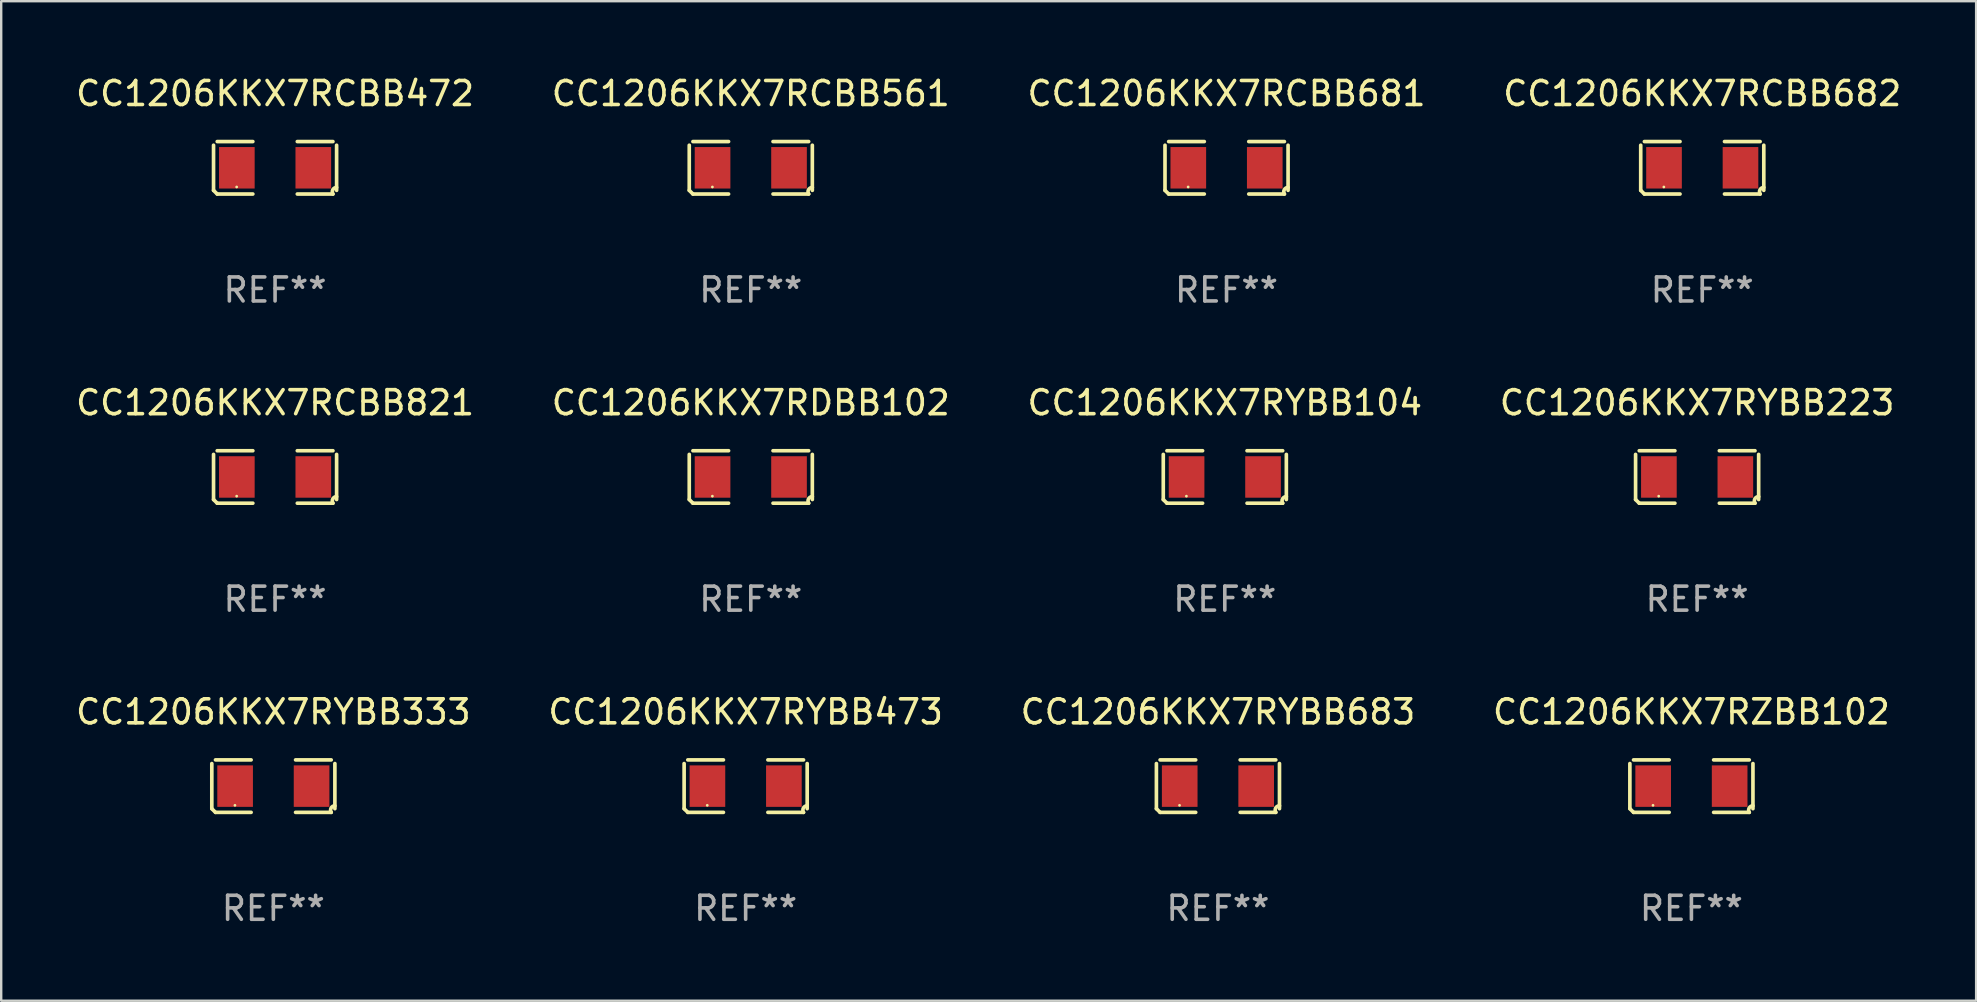
<source format=kicad_pcb>
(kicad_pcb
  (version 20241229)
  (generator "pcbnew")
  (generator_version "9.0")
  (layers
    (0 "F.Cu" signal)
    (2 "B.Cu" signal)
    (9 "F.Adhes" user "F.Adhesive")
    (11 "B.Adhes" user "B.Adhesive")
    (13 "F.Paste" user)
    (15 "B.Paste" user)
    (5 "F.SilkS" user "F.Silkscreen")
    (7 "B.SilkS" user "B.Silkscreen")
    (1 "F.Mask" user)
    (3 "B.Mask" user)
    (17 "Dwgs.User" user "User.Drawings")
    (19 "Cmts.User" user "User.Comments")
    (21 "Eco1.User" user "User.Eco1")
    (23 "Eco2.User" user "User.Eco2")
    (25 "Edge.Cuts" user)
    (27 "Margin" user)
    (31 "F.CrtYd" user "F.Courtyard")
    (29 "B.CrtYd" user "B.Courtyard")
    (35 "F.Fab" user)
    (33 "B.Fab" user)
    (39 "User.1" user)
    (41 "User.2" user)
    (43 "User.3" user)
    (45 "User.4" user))
  (footprint "CC1206KKX7RYBB683"
    (layer "F.Cu")
    (at 47.696 29.704)
    (property "Reference" "CC1206KKX7RYBB683" (at 0 -3.093 0) (layer "F.SilkS") (effects (font (size 1 1) (thickness 0.15))))
    (attr through_hole)
    (fp_line (start -2.564 0.94) (end -2.564 -0.94) (stroke (width 0.152) (type solid)) (layer "F.SilkS"))
    (fp_line (start -2.411 -1.093) (end -0.926 -1.093) (stroke (width 0.152) (type solid)) (layer "F.SilkS"))
    (fp_line (start -0.926 1.093) (end -2.411 1.093) (stroke (width 0.152) (type solid)) (layer "F.SilkS"))
    (fp_line (start 0.926 1.093) (end 2.411 1.093) (stroke (width 0.152) (type solid)) (layer "F.SilkS"))
    (fp_line (start 2.411 -1.093) (end 0.926 -1.093) (stroke (width 0.152) (type solid)) (layer "F.SilkS"))
    (fp_line (start 2.564 0.94) (end 2.564 -0.94) (stroke (width 0.152) (type solid)) (layer "F.SilkS"))
    (fp_arc (start -2.411201 1.092609) (mid -2.487413 1.01642) (end -2.563602 0.940208) (stroke (width 0.1524) (type solid)) (layer "F.SilkS"))
    (fp_arc (start 2.411201 1.092609) (mid 2.407159 0.911226) (end 2.563602 0.819347) (stroke (width 0.1524) (type solid)) (layer "F.SilkS"))
    (fp_circle (center -1.6 0.8) (end -1.57 0.8) (stroke (width 0.06) (type solid)) (fill no) (layer "F.SilkS"))
    (fp_text user "REF**" (at 0 5.093 0) (layer "F.Fab") (effects (font (size 1 1) (thickness 0.15))))
    (pad "1" smd rect (at -1.593 0) (size 1.485 1.728) (layers "F.Cu" "F.Mask" "F.Paste"))
    (pad "2" smd rect (at 1.593 0) (size 1.485 1.728) (layers "F.Cu" "F.Mask" "F.Paste")))
  (footprint "CC1206KKX7RYBB333"
    (layer "F.Cu")
    (at 8.339 29.704)
    (property "Reference" "CC1206KKX7RYBB333" (at 0 -3.093 0) (layer "F.SilkS") (effects (font (size 1 1) (thickness 0.15))))
    (attr through_hole)
    (fp_line (start -2.564 0.94) (end -2.564 -0.94) (stroke (width 0.152) (type solid)) (layer "F.SilkS"))
    (fp_line (start -2.411 -1.093) (end -0.926 -1.093) (stroke (width 0.152) (type solid)) (layer "F.SilkS"))
    (fp_line (start -0.926 1.093) (end -2.411 1.093) (stroke (width 0.152) (type solid)) (layer "F.SilkS"))
    (fp_line (start 0.926 1.093) (end 2.411 1.093) (stroke (width 0.152) (type solid)) (layer "F.SilkS"))
    (fp_line (start 2.411 -1.093) (end 0.926 -1.093) (stroke (width 0.152) (type solid)) (layer "F.SilkS"))
    (fp_line (start 2.564 0.94) (end 2.564 -0.94) (stroke (width 0.152) (type solid)) (layer "F.SilkS"))
    (fp_arc (start -2.411201 1.092609) (mid -2.487413 1.01642) (end -2.563602 0.940208) (stroke (width 0.1524) (type solid)) (layer "F.SilkS"))
    (fp_arc (start 2.411201 1.092609) (mid 2.407159 0.911226) (end 2.563602 0.819347) (stroke (width 0.1524) (type solid)) (layer "F.SilkS"))
    (fp_circle (center -1.6 0.8) (end -1.57 0.8) (stroke (width 0.06) (type solid)) (fill no) (layer "F.SilkS"))
    (fp_text user "REF**" (at 0 5.093 0) (layer "F.Fab") (effects (font (size 1 1) (thickness 0.15))))
    (pad "1" smd rect (at -1.593 0) (size 1.485 1.728) (layers "F.Cu" "F.Mask" "F.Paste"))
    (pad "2" smd rect (at 1.593 0) (size 1.485 1.728) (layers "F.Cu" "F.Mask" "F.Paste")))
  (footprint "CC1206KKX7RYBB223"
    (layer "F.Cu")
    (at 67.661 16.823)
    (property "Reference" "CC1206KKX7RYBB223" (at 0 -3.093 0) (layer "F.SilkS") (effects (font (size 1 1) (thickness 0.15))))
    (attr through_hole)
    (fp_line (start -2.564 0.94) (end -2.564 -0.94) (stroke (width 0.152) (type solid)) (layer "F.SilkS"))
    (fp_line (start -2.411 -1.093) (end -0.926 -1.093) (stroke (width 0.152) (type solid)) (layer "F.SilkS"))
    (fp_line (start -0.926 1.093) (end -2.411 1.093) (stroke (width 0.152) (type solid)) (layer "F.SilkS"))
    (fp_line (start 0.926 1.093) (end 2.411 1.093) (stroke (width 0.152) (type solid)) (layer "F.SilkS"))
    (fp_line (start 2.411 -1.093) (end 0.926 -1.093) (stroke (width 0.152) (type solid)) (layer "F.SilkS"))
    (fp_line (start 2.564 0.94) (end 2.564 -0.94) (stroke (width 0.152) (type solid)) (layer "F.SilkS"))
    (fp_arc (start -2.411201 1.092609) (mid -2.487413 1.01642) (end -2.563602 0.940208) (stroke (width 0.1524) (type solid)) (layer "F.SilkS"))
    (fp_arc (start 2.411201 1.092609) (mid 2.407159 0.911226) (end 2.563602 0.819347) (stroke (width 0.1524) (type solid)) (layer "F.SilkS"))
    (fp_circle (center -1.6 0.8) (end -1.57 0.8) (stroke (width 0.06) (type solid)) (fill no) (layer "F.SilkS"))
    (fp_text user "REF**" (at 0 5.093 0) (layer "F.Fab") (effects (font (size 1 1) (thickness 0.15))))
    (pad "1" smd rect (at -1.593 0) (size 1.485 1.728) (layers "F.Cu" "F.Mask" "F.Paste"))
    (pad "2" smd rect (at 1.593 0) (size 1.485 1.728) (layers "F.Cu" "F.Mask" "F.Paste")))
  (footprint "CC1206KKX7RCBB472"
    (layer "F.Cu")
    (at 8.411 3.941)
    (property "Reference" "CC1206KKX7RCBB472" (at 0 -3.093 0) (layer "F.SilkS") (effects (font (size 1 1) (thickness 0.15))))
    (attr through_hole)
    (fp_line (start -2.564 0.94) (end -2.564 -0.94) (stroke (width 0.152) (type solid)) (layer "F.SilkS"))
    (fp_line (start -2.411 -1.093) (end -0.926 -1.093) (stroke (width 0.152) (type solid)) (layer "F.SilkS"))
    (fp_line (start -0.926 1.093) (end -2.411 1.093) (stroke (width 0.152) (type solid)) (layer "F.SilkS"))
    (fp_line (start 0.926 1.093) (end 2.411 1.093) (stroke (width 0.152) (type solid)) (layer "F.SilkS"))
    (fp_line (start 2.411 -1.093) (end 0.926 -1.093) (stroke (width 0.152) (type solid)) (layer "F.SilkS"))
    (fp_line (start 2.564 0.94) (end 2.564 -0.94) (stroke (width 0.152) (type solid)) (layer "F.SilkS"))
    (fp_arc (start -2.411201 1.092609) (mid -2.487413 1.01642) (end -2.563602 0.940208) (stroke (width 0.1524) (type solid)) (layer "F.SilkS"))
    (fp_arc (start 2.411201 1.092609) (mid 2.407159 0.911226) (end 2.563602 0.819347) (stroke (width 0.1524) (type solid)) (layer "F.SilkS"))
    (fp_circle (center -1.6 0.8) (end -1.57 0.8) (stroke (width 0.06) (type solid)) (fill no) (layer "F.SilkS"))
    (fp_text user "REF**" (at 0 5.093 0) (layer "F.Fab") (effects (font (size 1 1) (thickness 0.15))))
    (pad "1" smd rect (at -1.593 0) (size 1.485 1.728) (layers "F.Cu" "F.Mask" "F.Paste"))
    (pad "2" smd rect (at 1.593 0) (size 1.485 1.728) (layers "F.Cu" "F.Mask" "F.Paste")))
  (footprint "CC1206KKX7RCBB561"
    (layer "F.Cu")
    (at 28.232 3.941)
    (property "Reference" "CC1206KKX7RCBB561" (at 0 -3.093 0) (layer "F.SilkS") (effects (font (size 1 1) (thickness 0.15))))
    (attr through_hole)
    (fp_line (start -2.564 0.94) (end -2.564 -0.94) (stroke (width 0.152) (type solid)) (layer "F.SilkS"))
    (fp_line (start -2.411 -1.093) (end -0.926 -1.093) (stroke (width 0.152) (type solid)) (layer "F.SilkS"))
    (fp_line (start -0.926 1.093) (end -2.411 1.093) (stroke (width 0.152) (type solid)) (layer "F.SilkS"))
    (fp_line (start 0.926 1.093) (end 2.411 1.093) (stroke (width 0.152) (type solid)) (layer "F.SilkS"))
    (fp_line (start 2.411 -1.093) (end 0.926 -1.093) (stroke (width 0.152) (type solid)) (layer "F.SilkS"))
    (fp_line (start 2.564 0.94) (end 2.564 -0.94) (stroke (width 0.152) (type solid)) (layer "F.SilkS"))
    (fp_arc (start -2.411201 1.092609) (mid -2.487413 1.01642) (end -2.563602 0.940208) (stroke (width 0.1524) (type solid)) (layer "F.SilkS"))
    (fp_arc (start 2.411201 1.092609) (mid 2.407159 0.911226) (end 2.563602 0.819347) (stroke (width 0.1524) (type solid)) (layer "F.SilkS"))
    (fp_circle (center -1.6 0.8) (end -1.57 0.8) (stroke (width 0.06) (type solid)) (fill no) (layer "F.SilkS"))
    (fp_text user "REF**" (at 0 5.093 0) (layer "F.Fab") (effects (font (size 1 1) (thickness 0.15))))
    (pad "1" smd rect (at -1.593 0) (size 1.485 1.728) (layers "F.Cu" "F.Mask" "F.Paste"))
    (pad "2" smd rect (at 1.593 0) (size 1.485 1.728) (layers "F.Cu" "F.Mask" "F.Paste")))
  (footprint "CC1206KKX7RYBB473"
    (layer "F.Cu")
    (at 28.018 29.704)
    (property "Reference" "CC1206KKX7RYBB473" (at 0 -3.093 0) (layer "F.SilkS") (effects (font (size 1 1) (thickness 0.15))))
    (attr through_hole)
    (fp_line (start -2.564 0.94) (end -2.564 -0.94) (stroke (width 0.152) (type solid)) (layer "F.SilkS"))
    (fp_line (start -2.411 -1.093) (end -0.926 -1.093) (stroke (width 0.152) (type solid)) (layer "F.SilkS"))
    (fp_line (start -0.926 1.093) (end -2.411 1.093) (stroke (width 0.152) (type solid)) (layer "F.SilkS"))
    (fp_line (start 0.926 1.093) (end 2.411 1.093) (stroke (width 0.152) (type solid)) (layer "F.SilkS"))
    (fp_line (start 2.411 -1.093) (end 0.926 -1.093) (stroke (width 0.152) (type solid)) (layer "F.SilkS"))
    (fp_line (start 2.564 0.94) (end 2.564 -0.94) (stroke (width 0.152) (type solid)) (layer "F.SilkS"))
    (fp_arc (start -2.411201 1.092609) (mid -2.487413 1.01642) (end -2.563602 0.940208) (stroke (width 0.1524) (type solid)) (layer "F.SilkS"))
    (fp_arc (start 2.411201 1.092609) (mid 2.407159 0.911226) (end 2.563602 0.819347) (stroke (width 0.1524) (type solid)) (layer "F.SilkS"))
    (fp_circle (center -1.6 0.8) (end -1.57 0.8) (stroke (width 0.06) (type solid)) (fill no) (layer "F.SilkS"))
    (fp_text user "REF**" (at 0 5.093 0) (layer "F.Fab") (effects (font (size 1 1) (thickness 0.15))))
    (pad "1" smd rect (at -1.593 0) (size 1.485 1.728) (layers "F.Cu" "F.Mask" "F.Paste"))
    (pad "2" smd rect (at 1.593 0) (size 1.485 1.728) (layers "F.Cu" "F.Mask" "F.Paste")))
  (footprint "CC1206KKX7RDBB102"
    (layer "F.Cu")
    (at 28.232 16.823)
    (property "Reference" "CC1206KKX7RDBB102" (at 0 -3.093 0) (layer "F.SilkS") (effects (font (size 1 1) (thickness 0.15))))
    (attr through_hole)
    (fp_line (start -2.564 0.94) (end -2.564 -0.94) (stroke (width 0.152) (type solid)) (layer "F.SilkS"))
    (fp_line (start -2.411 -1.093) (end -0.926 -1.093) (stroke (width 0.152) (type solid)) (layer "F.SilkS"))
    (fp_line (start -0.926 1.093) (end -2.411 1.093) (stroke (width 0.152) (type solid)) (layer "F.SilkS"))
    (fp_line (start 0.926 1.093) (end 2.411 1.093) (stroke (width 0.152) (type solid)) (layer "F.SilkS"))
    (fp_line (start 2.411 -1.093) (end 0.926 -1.093) (stroke (width 0.152) (type solid)) (layer "F.SilkS"))
    (fp_line (start 2.564 0.94) (end 2.564 -0.94) (stroke (width 0.152) (type solid)) (layer "F.SilkS"))
    (fp_arc (start -2.411201 1.092609) (mid -2.487413 1.01642) (end -2.563602 0.940208) (stroke (width 0.1524) (type solid)) (layer "F.SilkS"))
    (fp_arc (start 2.411201 1.092609) (mid 2.407159 0.911226) (end 2.563602 0.819347) (stroke (width 0.1524) (type solid)) (layer "F.SilkS"))
    (fp_circle (center -1.6 0.8) (end -1.57 0.8) (stroke (width 0.06) (type solid)) (fill no) (layer "F.SilkS"))
    (fp_text user "REF**" (at 0 5.093 0) (layer "F.Fab") (effects (font (size 1 1) (thickness 0.15))))
    (pad "1" smd rect (at -1.593 0) (size 1.485 1.728) (layers "F.Cu" "F.Mask" "F.Paste"))
    (pad "2" smd rect (at 1.593 0) (size 1.485 1.728) (layers "F.Cu" "F.Mask" "F.Paste")))
  (footprint "CC1206KKX7RZBB102"
    (layer "F.Cu")
    (at 67.423 29.704)
    (property "Reference" "CC1206KKX7RZBB102" (at 0 -3.093 0) (layer "F.SilkS") (effects (font (size 1 1) (thickness 0.15))))
    (attr through_hole)
    (fp_line (start -2.564 0.94) (end -2.564 -0.94) (stroke (width 0.152) (type solid)) (layer "F.SilkS"))
    (fp_line (start -2.411 -1.093) (end -0.926 -1.093) (stroke (width 0.152) (type solid)) (layer "F.SilkS"))
    (fp_line (start -0.926 1.093) (end -2.411 1.093) (stroke (width 0.152) (type solid)) (layer "F.SilkS"))
    (fp_line (start 0.926 1.093) (end 2.411 1.093) (stroke (width 0.152) (type solid)) (layer "F.SilkS"))
    (fp_line (start 2.411 -1.093) (end 0.926 -1.093) (stroke (width 0.152) (type solid)) (layer "F.SilkS"))
    (fp_line (start 2.564 0.94) (end 2.564 -0.94) (stroke (width 0.152) (type solid)) (layer "F.SilkS"))
    (fp_arc (start -2.411201 1.092609) (mid -2.487413 1.01642) (end -2.563602 0.940208) (stroke (width 0.1524) (type solid)) (layer "F.SilkS"))
    (fp_arc (start 2.411201 1.092609) (mid 2.407159 0.911226) (end 2.563602 0.819347) (stroke (width 0.1524) (type solid)) (layer "F.SilkS"))
    (fp_circle (center -1.6 0.8) (end -1.57 0.8) (stroke (width 0.06) (type solid)) (fill no) (layer "F.SilkS"))
    (fp_text user "REF**" (at 0 5.093 0) (layer "F.Fab") (effects (font (size 1 1) (thickness 0.15))))
    (pad "1" smd rect (at -1.593 0) (size 1.485 1.728) (layers "F.Cu" "F.Mask" "F.Paste"))
    (pad "2" smd rect (at 1.593 0) (size 1.485 1.728) (layers "F.Cu" "F.Mask" "F.Paste")))
  (footprint "CC1206KKX7RCBB681"
    (layer "F.Cu")
    (at 48.054 3.941)
    (property "Reference" "CC1206KKX7RCBB681" (at 0 -3.093 0) (layer "F.SilkS") (effects (font (size 1 1) (thickness 0.15))))
    (attr through_hole)
    (fp_line (start -2.564 0.94) (end -2.564 -0.94) (stroke (width 0.152) (type solid)) (layer "F.SilkS"))
    (fp_line (start -2.411 -1.093) (end -0.926 -1.093) (stroke (width 0.152) (type solid)) (layer "F.SilkS"))
    (fp_line (start -0.926 1.093) (end -2.411 1.093) (stroke (width 0.152) (type solid)) (layer "F.SilkS"))
    (fp_line (start 0.926 1.093) (end 2.411 1.093) (stroke (width 0.152) (type solid)) (layer "F.SilkS"))
    (fp_line (start 2.411 -1.093) (end 0.926 -1.093) (stroke (width 0.152) (type solid)) (layer "F.SilkS"))
    (fp_line (start 2.564 0.94) (end 2.564 -0.94) (stroke (width 0.152) (type solid)) (layer "F.SilkS"))
    (fp_arc (start -2.411201 1.092609) (mid -2.487413 1.01642) (end -2.563602 0.940208) (stroke (width 0.1524) (type solid)) (layer "F.SilkS"))
    (fp_arc (start 2.411201 1.092609) (mid 2.407159 0.911226) (end 2.563602 0.819347) (stroke (width 0.1524) (type solid)) (layer "F.SilkS"))
    (fp_circle (center -1.6 0.8) (end -1.57 0.8) (stroke (width 0.06) (type solid)) (fill no) (layer "F.SilkS"))
    (fp_text user "REF**" (at 0 5.093 0) (layer "F.Fab") (effects (font (size 1 1) (thickness 0.15))))
    (pad "1" smd rect (at -1.593 0) (size 1.485 1.728) (layers "F.Cu" "F.Mask" "F.Paste"))
    (pad "2" smd rect (at 1.593 0) (size 1.485 1.728) (layers "F.Cu" "F.Mask" "F.Paste")))
  (footprint "CC1206KKX7RCBB821"
    (layer "F.Cu")
    (at 8.411 16.823)
    (property "Reference" "CC1206KKX7RCBB821" (at 0 -3.093 0) (layer "F.SilkS") (effects (font (size 1 1) (thickness 0.15))))
    (attr through_hole)
    (fp_line (start -2.564 0.94) (end -2.564 -0.94) (stroke (width 0.152) (type solid)) (layer "F.SilkS"))
    (fp_line (start -2.411 -1.093) (end -0.926 -1.093) (stroke (width 0.152) (type solid)) (layer "F.SilkS"))
    (fp_line (start -0.926 1.093) (end -2.411 1.093) (stroke (width 0.152) (type solid)) (layer "F.SilkS"))
    (fp_line (start 0.926 1.093) (end 2.411 1.093) (stroke (width 0.152) (type solid)) (layer "F.SilkS"))
    (fp_line (start 2.411 -1.093) (end 0.926 -1.093) (stroke (width 0.152) (type solid)) (layer "F.SilkS"))
    (fp_line (start 2.564 0.94) (end 2.564 -0.94) (stroke (width 0.152) (type solid)) (layer "F.SilkS"))
    (fp_arc (start -2.411201 1.092609) (mid -2.487413 1.01642) (end -2.563602 0.940208) (stroke (width 0.1524) (type solid)) (layer "F.SilkS"))
    (fp_arc (start 2.411201 1.092609) (mid 2.407159 0.911226) (end 2.563602 0.819347) (stroke (width 0.1524) (type solid)) (layer "F.SilkS"))
    (fp_circle (center -1.6 0.8) (end -1.57 0.8) (stroke (width 0.06) (type solid)) (fill no) (layer "F.SilkS"))
    (fp_text user "REF**" (at 0 5.093 0) (layer "F.Fab") (effects (font (size 1 1) (thickness 0.15))))
    (pad "1" smd rect (at -1.593 0) (size 1.485 1.728) (layers "F.Cu" "F.Mask" "F.Paste"))
    (pad "2" smd rect (at 1.593 0) (size 1.485 1.728) (layers "F.Cu" "F.Mask" "F.Paste")))
  (footprint "CC1206KKX7RCBB682"
    (layer "F.Cu")
    (at 67.875 3.941)
    (property "Reference" "CC1206KKX7RCBB682" (at 0 -3.093 0) (layer "F.SilkS") (effects (font (size 1 1) (thickness 0.15))))
    (attr through_hole)
    (fp_line (start -2.564 0.94) (end -2.564 -0.94) (stroke (width 0.152) (type solid)) (layer "F.SilkS"))
    (fp_line (start -2.411 -1.093) (end -0.926 -1.093) (stroke (width 0.152) (type solid)) (layer "F.SilkS"))
    (fp_line (start -0.926 1.093) (end -2.411 1.093) (stroke (width 0.152) (type solid)) (layer "F.SilkS"))
    (fp_line (start 0.926 1.093) (end 2.411 1.093) (stroke (width 0.152) (type solid)) (layer "F.SilkS"))
    (fp_line (start 2.411 -1.093) (end 0.926 -1.093) (stroke (width 0.152) (type solid)) (layer "F.SilkS"))
    (fp_line (start 2.564 0.94) (end 2.564 -0.94) (stroke (width 0.152) (type solid)) (layer "F.SilkS"))
    (fp_arc (start -2.411201 1.092609) (mid -2.487413 1.01642) (end -2.563602 0.940208) (stroke (width 0.1524) (type solid)) (layer "F.SilkS"))
    (fp_arc (start 2.411201 1.092609) (mid 2.407159 0.911226) (end 2.563602 0.819347) (stroke (width 0.1524) (type solid)) (layer "F.SilkS"))
    (fp_circle (center -1.6 0.8) (end -1.57 0.8) (stroke (width 0.06) (type solid)) (fill no) (layer "F.SilkS"))
    (fp_text user "REF**" (at 0 5.093 0) (layer "F.Fab") (effects (font (size 1 1) (thickness 0.15))))
    (pad "1" smd rect (at -1.593 0) (size 1.485 1.728) (layers "F.Cu" "F.Mask" "F.Paste"))
    (pad "2" smd rect (at 1.593 0) (size 1.485 1.728) (layers "F.Cu" "F.Mask" "F.Paste")))
  (footprint "CC1206KKX7RYBB104"
    (layer "F.Cu")
    (at 47.982 16.823)
    (property "Reference" "CC1206KKX7RYBB104" (at 0 -3.093 0) (layer "F.SilkS") (effects (font (size 1 1) (thickness 0.15))))
    (attr through_hole)
    (fp_line (start -2.564 0.94) (end -2.564 -0.94) (stroke (width 0.152) (type solid)) (layer "F.SilkS"))
    (fp_line (start -2.411 -1.093) (end -0.926 -1.093) (stroke (width 0.152) (type solid)) (layer "F.SilkS"))
    (fp_line (start -0.926 1.093) (end -2.411 1.093) (stroke (width 0.152) (type solid)) (layer "F.SilkS"))
    (fp_line (start 0.926 1.093) (end 2.411 1.093) (stroke (width 0.152) (type solid)) (layer "F.SilkS"))
    (fp_line (start 2.411 -1.093) (end 0.926 -1.093) (stroke (width 0.152) (type solid)) (layer "F.SilkS"))
    (fp_line (start 2.564 0.94) (end 2.564 -0.94) (stroke (width 0.152) (type solid)) (layer "F.SilkS"))
    (fp_arc (start -2.411201 1.092609) (mid -2.487413 1.01642) (end -2.563602 0.940208) (stroke (width 0.1524) (type solid)) (layer "F.SilkS"))
    (fp_arc (start 2.411201 1.092609) (mid 2.407159 0.911226) (end 2.563602 0.819347) (stroke (width 0.1524) (type solid)) (layer "F.SilkS"))
    (fp_circle (center -1.6 0.8) (end -1.57 0.8) (stroke (width 0.06) (type solid)) (fill no) (layer "F.SilkS"))
    (fp_text user "REF**" (at 0 5.093 0) (layer "F.Fab") (effects (font (size 1 1) (thickness 0.15))))
    (pad "1" smd rect (at -1.593 0) (size 1.485 1.728) (layers "F.Cu" "F.Mask" "F.Paste"))
    (pad "2" smd rect (at 1.593 0) (size 1.485 1.728) (layers "F.Cu" "F.Mask" "F.Paste")))
  (gr_rect
    (start -3 -3)
    (end 79.286 38.645)
    (stroke (width 0.1) (type default))
    (fill no)
    (layer "Edge.Cuts")))
</source>
